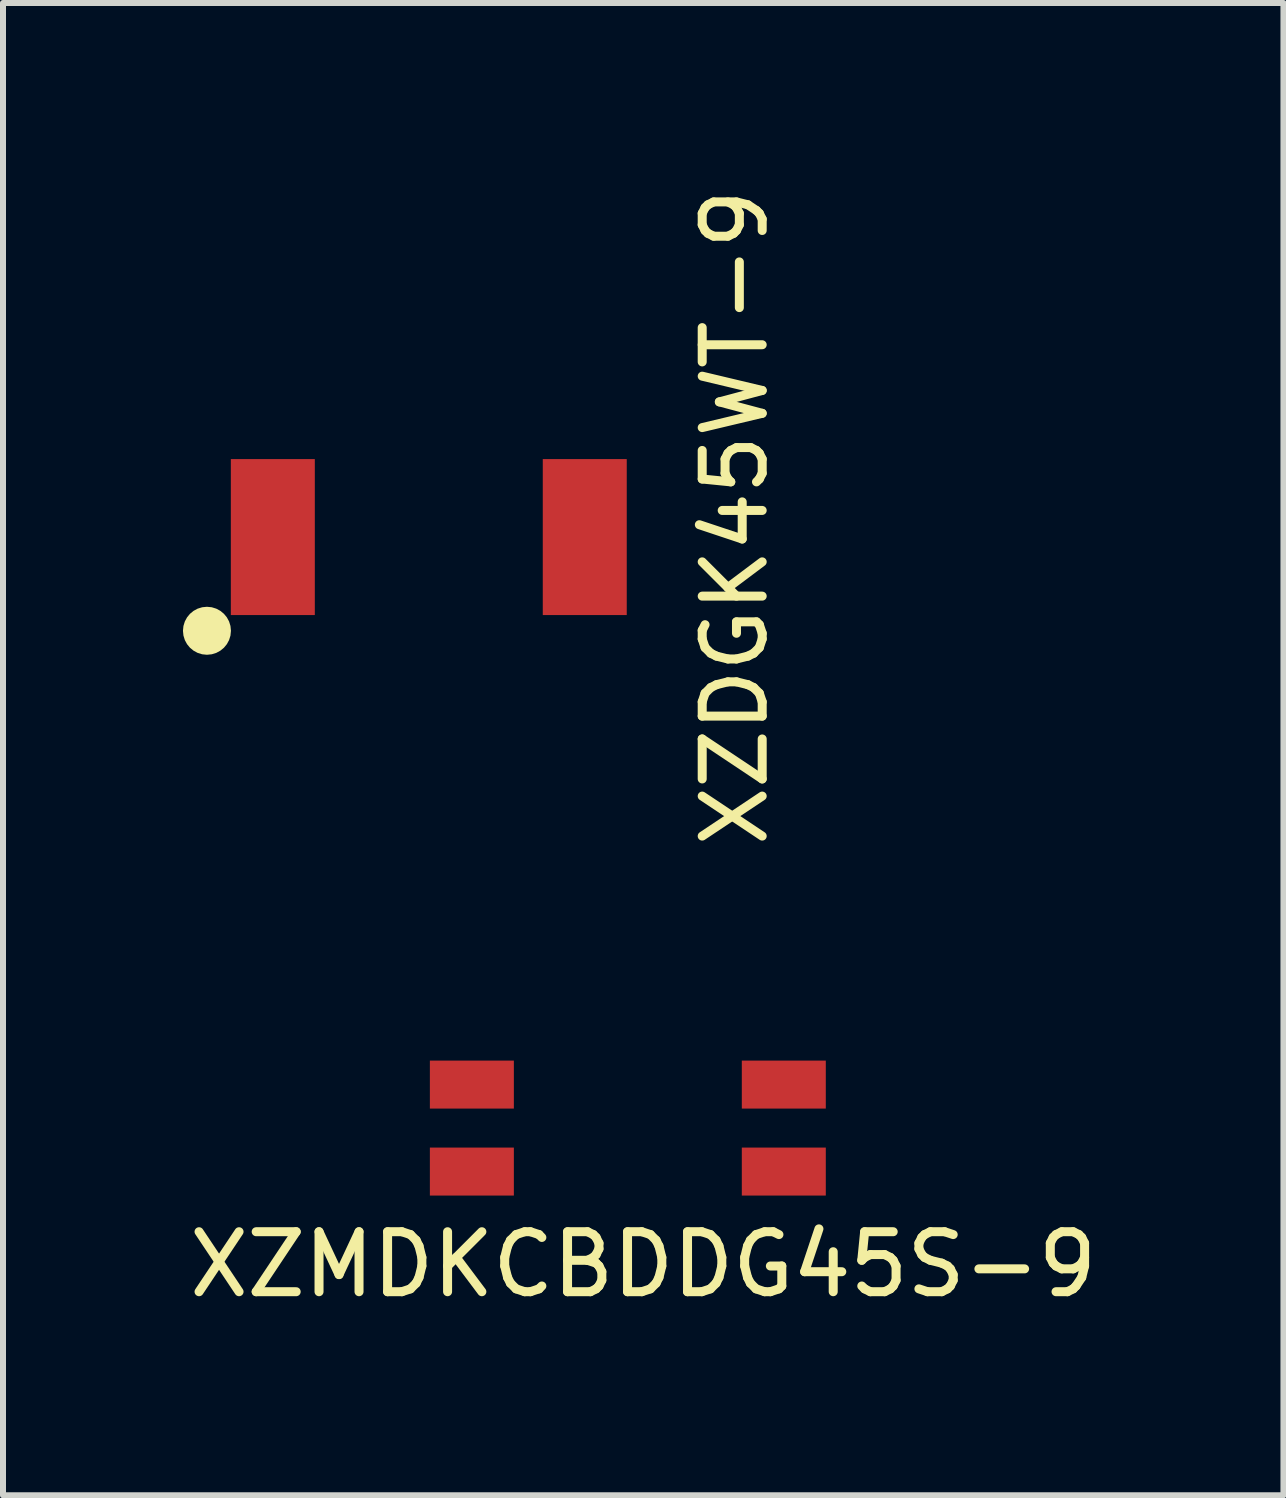
<source format=kicad_pcb>
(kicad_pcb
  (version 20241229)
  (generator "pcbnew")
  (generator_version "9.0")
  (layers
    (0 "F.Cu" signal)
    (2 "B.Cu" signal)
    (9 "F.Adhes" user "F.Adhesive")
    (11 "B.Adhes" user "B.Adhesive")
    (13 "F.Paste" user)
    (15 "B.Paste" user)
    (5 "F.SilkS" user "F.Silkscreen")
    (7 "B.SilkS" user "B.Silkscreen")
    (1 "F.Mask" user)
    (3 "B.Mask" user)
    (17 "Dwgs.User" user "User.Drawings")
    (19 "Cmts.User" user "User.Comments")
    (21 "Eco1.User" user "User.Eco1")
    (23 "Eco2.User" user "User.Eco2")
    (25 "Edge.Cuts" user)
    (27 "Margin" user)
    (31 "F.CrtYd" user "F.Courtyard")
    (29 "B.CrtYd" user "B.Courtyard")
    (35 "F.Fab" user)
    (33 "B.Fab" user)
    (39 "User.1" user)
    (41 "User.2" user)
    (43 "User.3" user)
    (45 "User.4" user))
  (footprint "XZMDKCBDDG45S-9"
    (layer "F.Cu")
    (at 7.416 15.755)
    (property "Reference" "XZMDKCBDDG45S-9" (at 0.257 2.273 0) (layer "F.SilkS") (effects (font (size 1 1) (thickness 0.15))))
    (attr through_hole)
    (fp_circle (center 0 0) (end 0.8 0) (stroke (width 1.6) (type solid)) (fill no) (layer "F.Mask"))
    (pad "1" smd rect (at 2.6 -0.725) (size 1.4 0.8) (layers "F.Cu" "F.Mask" "F.Paste"))
    (pad "2" smd rect (at -2.6 -0.725) (size 1.4 0.8) (layers "F.Cu" "F.Mask" "F.Paste"))
    (pad "3" smd rect (at -2.6 0.725) (size 1.4 0.8) (layers "F.Cu" "F.Mask" "F.Paste"))
    (pad "4" smd rect (at 2.6 0.725) (size 1.4 0.8) (layers "F.Cu" "F.Mask" "F.Paste")))
  (footprint "XZDGK45WT-9"
    (layer "F.Cu")
    (at 4.098 5.903)
    (property "Reference" "XZDGK45WT-9" (at 5.103 -0.325 270) (layer "F.SilkS") (effects (font (size 1 1) (thickness 0.15))))
    (attr through_hole)
    (fp_circle (center -0.015 0.142) (end 0.785 0.142) (stroke (width 1.6) (type solid)) (fill no) (layer "F.Mask"))
    (fp_circle (center -3.698 1.562) (end -3.498 1.562) (stroke (width 0.4) (type solid)) (fill no) (layer "F.SilkS"))
    (pad "1" smd rect (at -2.6 0) (size 1.4 2.6) (layers "F.Cu" "F.Mask" "F.Paste"))
    (pad "2" smd rect (at 2.6 0) (size 1.4 2.6) (layers "F.Cu" "F.Mask" "F.Paste")))
  (gr_rect
    (start -3 -3)
    (end 18.345 21.876)
    (stroke (width 0.1) (type default))
    (fill no)
    (layer "Edge.Cuts")))
</source>
